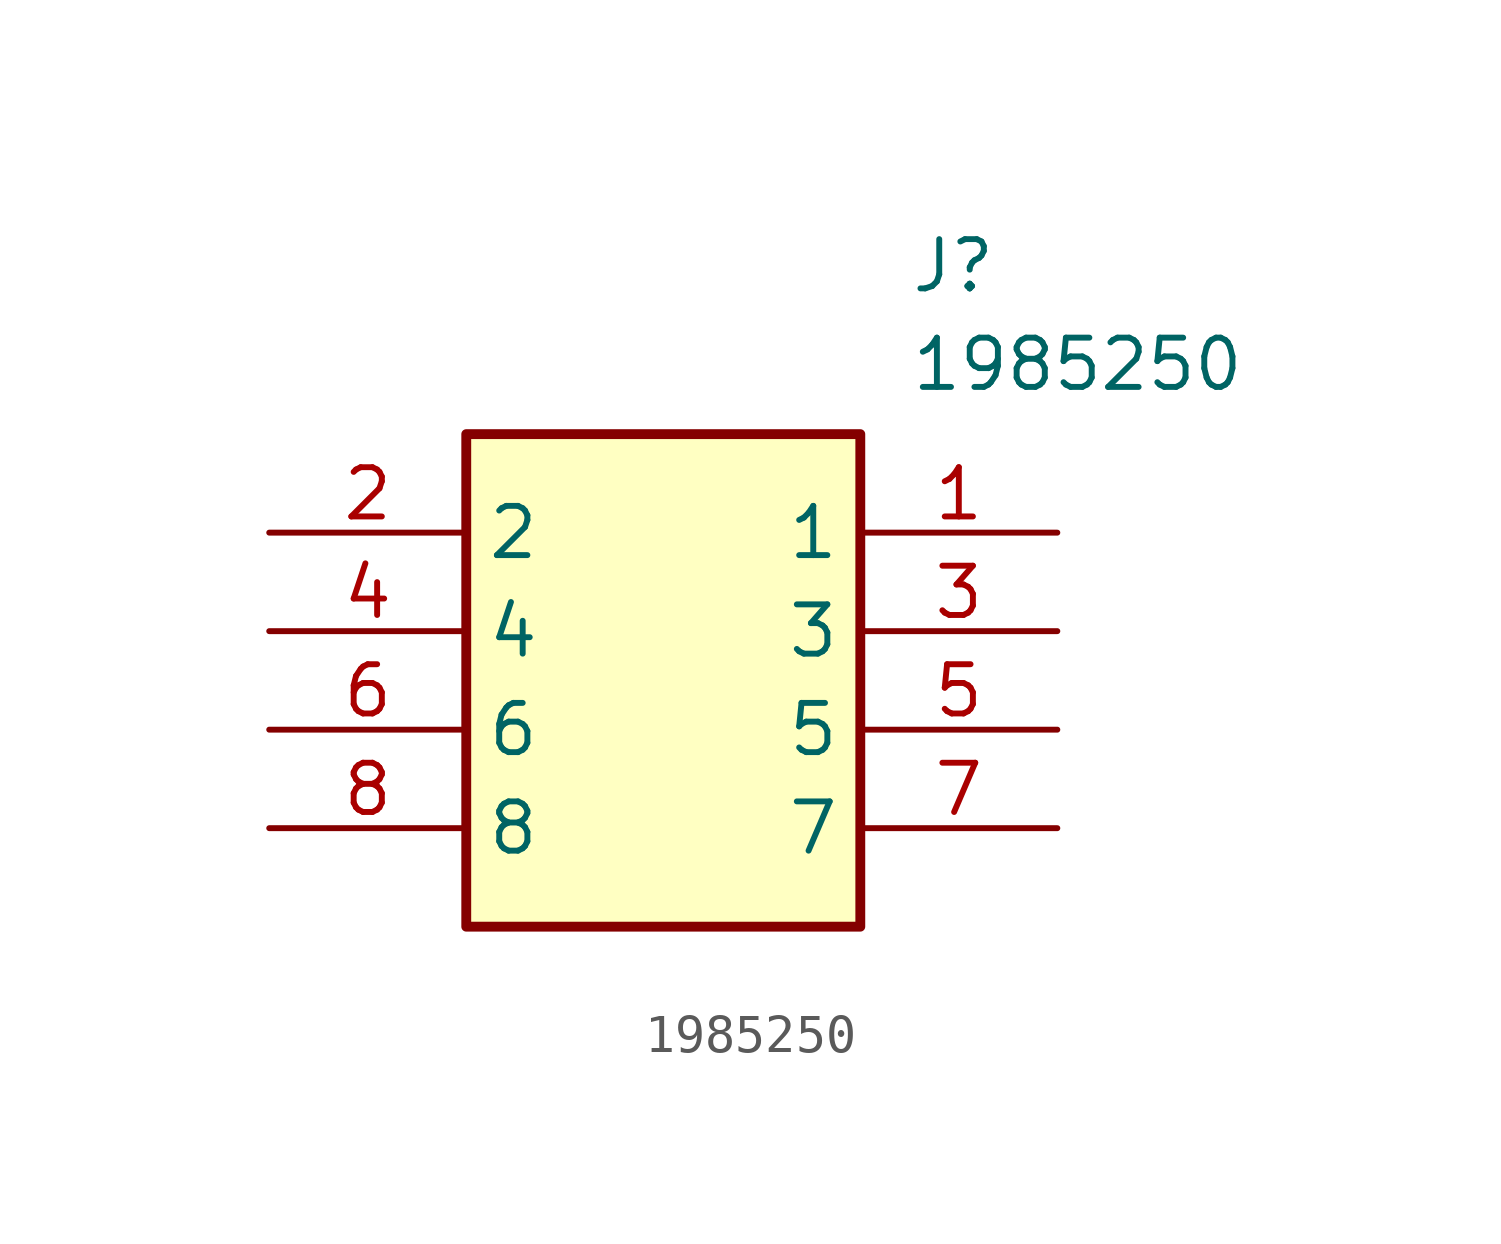
<source format=kicad_sym>
(kicad_symbol_lib
  (version 20211014)
  (generator SamacSys_ECAD_Model)
  (symbol "1985250"
    (property "Reference" "J"
      (at 16.51 7.62 0)
      (effects (font (size 1.27 1.27)) (justify left top)))
    (property "Value" "1985250"
      (at 16.51 5.08 0)
      (effects (font (size 1.27 1.27)) (justify left top)))
    (rectangle
      (start 5.08 2.54)
      (end 15.24 -10.16)
      (stroke (width 0.254) (type default))
      (fill (type background)))
    (pin passive line
      (at 20.32 0 180)
      (length 5.08)
      (name "1" (effects (font (size 1.27 1.27))))
      (number "1" (effects (font (size 1.27 1.27)))))
    (pin passive line
      (at 0 0 0)
      (length 5.08)
      (name "2" (effects (font (size 1.27 1.27))))
      (number "2" (effects (font (size 1.27 1.27)))))
    (pin passive line
      (at 20.32 -2.54 180)
      (length 5.08)
      (name "3" (effects (font (size 1.27 1.27))))
      (number "3" (effects (font (size 1.27 1.27)))))
    (pin passive line
      (at 0 -2.54 0)
      (length 5.08)
      (name "4" (effects (font (size 1.27 1.27))))
      (number "4" (effects (font (size 1.27 1.27)))))
    (pin passive line
      (at 20.32 -5.08 180)
      (length 5.08)
      (name "5" (effects (font (size 1.27 1.27))))
      (number "5" (effects (font (size 1.27 1.27)))))
    (pin passive line
      (at 0 -5.08 0)
      (length 5.08)
      (name "6" (effects (font (size 1.27 1.27))))
      (number "6" (effects (font (size 1.27 1.27)))))
    (pin passive line
      (at 20.32 -7.62 180)
      (length 5.08)
      (name "7" (effects (font (size 1.27 1.27))))
      (number "7" (effects (font (size 1.27 1.27)))))
    (pin passive line
      (at 0 -7.62 0)
      (length 5.08)
      (name "8" (effects (font (size 1.27 1.27))))
      (number "8" (effects (font (size 1.27 1.27)))))))
</source>
